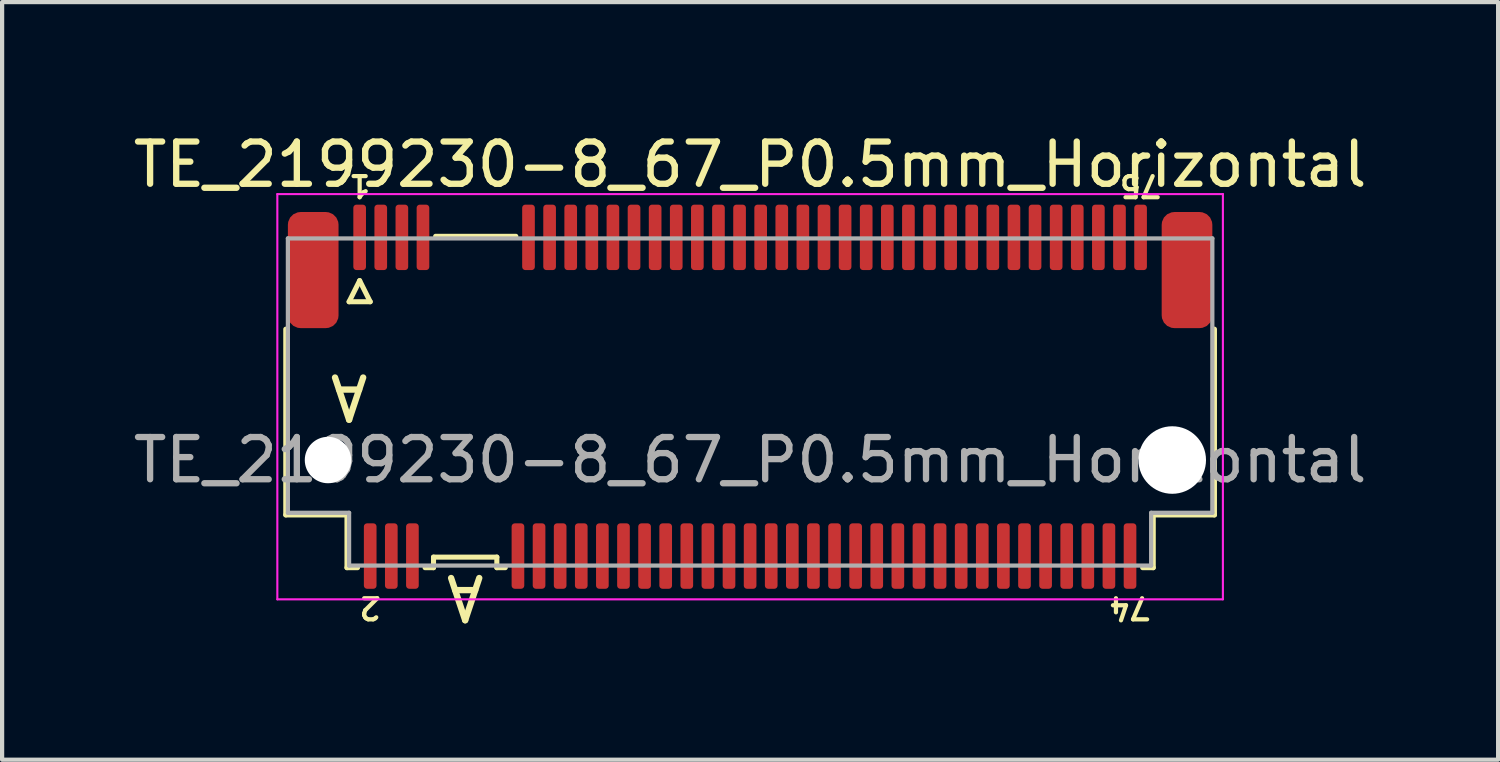
<source format=kicad_pcb>
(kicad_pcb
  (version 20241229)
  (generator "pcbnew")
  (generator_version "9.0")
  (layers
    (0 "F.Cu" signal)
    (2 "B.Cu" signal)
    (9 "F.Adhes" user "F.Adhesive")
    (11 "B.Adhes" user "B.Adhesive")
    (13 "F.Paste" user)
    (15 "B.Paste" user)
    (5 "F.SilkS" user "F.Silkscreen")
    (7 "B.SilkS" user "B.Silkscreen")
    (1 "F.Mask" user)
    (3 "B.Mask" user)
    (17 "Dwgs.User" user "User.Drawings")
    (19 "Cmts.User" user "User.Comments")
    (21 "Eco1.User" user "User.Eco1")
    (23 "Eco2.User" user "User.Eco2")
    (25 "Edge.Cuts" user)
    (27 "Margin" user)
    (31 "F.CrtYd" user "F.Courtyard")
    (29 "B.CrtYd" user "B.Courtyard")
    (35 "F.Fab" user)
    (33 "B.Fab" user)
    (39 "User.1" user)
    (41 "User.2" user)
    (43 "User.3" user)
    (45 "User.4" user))
  (footprint "TE_2199230-8_67_P0.5mm_Horizontal"
    (layer "F.Cu")
    (at 14.72 7.848)
    (property "Reference" "TE_2199230-8_67_P0.5mm_Horizontal" (at 0 -7 0) (unlocked yes) (layer "F.SilkS") (effects (font (size 1 1) (thickness 0.15))))
    (attr smd)
    (fp_line (start -11 -3.1) (end -11 1.3) (stroke (width 0.12) (type solid)) (layer "F.SilkS"))
    (fp_line (start -11 1.3) (end -9.55 1.3) (stroke (width 0.12) (type solid)) (layer "F.SilkS"))
    (fp_line (start -9.55 1.3) (end -9.55 2.55) (stroke (width 0.12) (type solid)) (layer "F.SilkS"))
    (fp_line (start -9.55 2.55) (end -9.3 2.55) (stroke (width 0.12) (type solid)) (layer "F.SilkS"))
    (fp_line (start -9.5 -3.75) (end -9 -3.75) (stroke (width 0.12) (type solid)) (layer "F.SilkS"))
    (fp_line (start -9.25 -4.25) (end -9.5 -3.75) (stroke (width 0.12) (type solid)) (layer "F.SilkS"))
    (fp_line (start -9 -3.75) (end -9.25 -4.25) (stroke (width 0.12) (type solid)) (layer "F.SilkS"))
    (fp_line (start -7.7 2.55) (end -7.5 2.55) (stroke (width 0.12) (type solid)) (layer "F.SilkS"))
    (fp_line (start -7.5 2.3) (end -6 2.3) (stroke (width 0.12) (type solid)) (layer "F.SilkS"))
    (fp_line (start -7.5 2.55) (end -7.5 2.3) (stroke (width 0.12) (type solid)) (layer "F.SilkS"))
    (fp_line (start -7.45 -5.3) (end -5.55 -5.3) (stroke (width 0.12) (type solid)) (layer "F.SilkS"))
    (fp_line (start -6 2.3) (end -6 2.55) (stroke (width 0.12) (type solid)) (layer "F.SilkS"))
    (fp_line (start -6 2.55) (end -5.8 2.55) (stroke (width 0.12) (type solid)) (layer "F.SilkS"))
    (fp_line (start 9.3 2.55) (end 9.55 2.55) (stroke (width 0.12) (type solid)) (layer "F.SilkS"))
    (fp_line (start 9.55 1.3) (end 9.55 2.55) (stroke (width 0.12) (type solid)) (layer "F.SilkS"))
    (fp_line (start 9.55 1.3) (end 11 1.3) (stroke (width 0.12) (type solid)) (layer "F.SilkS"))
    (fp_line (start 11 -3.1) (end 11 1.3) (stroke (width 0.12) (type solid)) (layer "F.SilkS"))
    (fp_line (start -11.2 -6.3) (end 11.2 -6.3) (stroke (width 0.05) (type solid)) (layer "F.CrtYd"))
    (fp_line (start -11.2 3.3) (end -11.2 -6.3) (stroke (width 0.05) (type solid)) (layer "F.CrtYd"))
    (fp_line (start 11.2 -6.3) (end 11.2 3.3) (stroke (width 0.05) (type solid)) (layer "F.CrtYd"))
    (fp_line (start 11.2 3.3) (end -11.2 3.3) (stroke (width 0.05) (type solid)) (layer "F.CrtYd"))
    (fp_line (start -10.95 -5.25) (end 10.95 -5.25) (stroke (width 0.1) (type solid)) (layer "F.Fab"))
    (fp_line (start -10.95 1.25) (end -10.95 -5.25) (stroke (width 0.1) (type solid)) (layer "F.Fab"))
    (fp_line (start -9.5 1.25) (end -10.95 1.25) (stroke (width 0.1) (type solid)) (layer "F.Fab"))
    (fp_line (start -9.5 2.5) (end -9.5 1.25) (stroke (width 0.1) (type solid)) (layer "F.Fab"))
    (fp_line (start 9.5 1.25) (end 9.5 2.5) (stroke (width 0.1) (type solid)) (layer "F.Fab"))
    (fp_line (start 9.5 2.5) (end -9.5 2.5) (stroke (width 0.1) (type solid)) (layer "F.Fab"))
    (fp_line (start 10.95 -5.25) (end 10.95 1.25) (stroke (width 0.1) (type solid)) (layer "F.Fab"))
    (fp_line (start 10.95 1.25) (end 9.5 1.25) (stroke (width 0.1) (type solid)) (layer "F.Fab"))
    (fp_text user "1" (at -9.25 -6.5 180) (unlocked yes) (layer "F.SilkS") (effects (font (size 0.5 0.5) (thickness 0.1))))
    (fp_text user "75" (at 9.25 -6.5 180) (unlocked yes) (layer "F.SilkS") (effects (font (size 0.5 0.5) (thickness 0.1))))
    (fp_text user "74" (at 9 3.5 180) (unlocked yes) (layer "F.SilkS") (effects (font (size 0.5 0.5) (thickness 0.1))))
    (fp_text user "A" (at -6.75 3.25 180) (unlocked yes) (layer "F.SilkS") (effects (font (size 1 1) (thickness 0.15))))
    (fp_text user "2" (at -9 3.5 180) (unlocked yes) (layer "F.SilkS") (effects (font (size 0.5 0.5) (thickness 0.1))))
    (fp_text user "A" (at -9.5 -1.5 180) (unlocked yes) (layer "F.SilkS") (effects (font (size 1 1) (thickness 0.15))))
    (fp_text user "${REFERENCE}" (at 0 0 0) (unlocked yes) (layer "F.Fab") (effects (font (size 1 1) (thickness 0.15))))
    (pad "" np_thru_hole circle (at -10 0) (size 1.1 1.1) (drill 1.1) (layers "*.Cu" "*.Mask"))
    (pad "" np_thru_hole circle (at 10 0) (size 1.6 1.6) (drill 1.6) (layers "*.Cu" "*.Mask"))
    (pad "1" smd roundrect (at -9.25 -5.275) (size 0.3 1.55) (layers "F.Cu" "F.Mask" "F.Paste") (roundrect_rratio 0.25))
    (pad "2" smd roundrect (at -9 2.275) (size 0.3 1.55) (layers "F.Cu" "F.Mask" "F.Paste") (roundrect_rratio 0.25))
    (pad "3" smd roundrect (at -8.75 -5.275) (size 0.3 1.55) (layers "F.Cu" "F.Mask" "F.Paste") (roundrect_rratio 0.25))
    (pad "4" smd roundrect (at -8.5 2.275) (size 0.3 1.55) (layers "F.Cu" "F.Mask" "F.Paste") (roundrect_rratio 0.25))
    (pad "5" smd roundrect (at -8.25 -5.275) (size 0.3 1.55) (layers "F.Cu" "F.Mask" "F.Paste") (roundrect_rratio 0.25))
    (pad "6" smd roundrect (at -8 2.275) (size 0.3 1.55) (layers "F.Cu" "F.Mask" "F.Paste") (roundrect_rratio 0.25))
    (pad "7" smd roundrect (at -7.75 -5.275) (size 0.3 1.55) (layers "F.Cu" "F.Mask" "F.Paste") (roundrect_rratio 0.25))
    (pad "16" smd roundrect (at -5.5 2.275) (size 0.3 1.55) (layers "F.Cu" "F.Mask" "F.Paste") (roundrect_rratio 0.25))
    (pad "17" smd roundrect (at -5.25 -5.275) (size 0.3 1.55) (layers "F.Cu" "F.Mask" "F.Paste") (roundrect_rratio 0.25))
    (pad "18" smd roundrect (at -5 2.275) (size 0.3 1.55) (layers "F.Cu" "F.Mask" "F.Paste") (roundrect_rratio 0.25))
    (pad "19" smd roundrect (at -4.75 -5.275) (size 0.3 1.55) (layers "F.Cu" "F.Mask" "F.Paste") (roundrect_rratio 0.25))
    (pad "20" smd roundrect (at -4.5 2.275) (size 0.3 1.55) (layers "F.Cu" "F.Mask" "F.Paste") (roundrect_rratio 0.25))
    (pad "21" smd roundrect (at -4.25 -5.275) (size 0.3 1.55) (layers "F.Cu" "F.Mask" "F.Paste") (roundrect_rratio 0.25))
    (pad "22" smd roundrect (at -4 2.275) (size 0.3 1.55) (layers "F.Cu" "F.Mask" "F.Paste") (roundrect_rratio 0.25))
    (pad "23" smd roundrect (at -3.75 -5.275) (size 0.3 1.55) (layers "F.Cu" "F.Mask" "F.Paste") (roundrect_rratio 0.25))
    (pad "24" smd roundrect (at -3.5 2.275) (size 0.3 1.55) (layers "F.Cu" "F.Mask" "F.Paste") (roundrect_rratio 0.25))
    (pad "25" smd roundrect (at -3.25 -5.275) (size 0.3 1.55) (layers "F.Cu" "F.Mask" "F.Paste") (roundrect_rratio 0.25))
    (pad "26" smd roundrect (at -3 2.275) (size 0.3 1.55) (layers "F.Cu" "F.Mask" "F.Paste") (roundrect_rratio 0.25))
    (pad "27" smd roundrect (at -2.75 -5.275) (size 0.3 1.55) (layers "F.Cu" "F.Mask" "F.Paste") (roundrect_rratio 0.25))
    (pad "28" smd roundrect (at -2.5 2.275) (size 0.3 1.55) (layers "F.Cu" "F.Mask" "F.Paste") (roundrect_rratio 0.25))
    (pad "29" smd roundrect (at -2.25 -5.275) (size 0.3 1.55) (layers "F.Cu" "F.Mask" "F.Paste") (roundrect_rratio 0.25))
    (pad "30" smd roundrect (at -2 2.275) (size 0.3 1.55) (layers "F.Cu" "F.Mask" "F.Paste") (roundrect_rratio 0.25))
    (pad "31" smd roundrect (at -1.75 -5.275) (size 0.3 1.55) (layers "F.Cu" "F.Mask" "F.Paste") (roundrect_rratio 0.25))
    (pad "32" smd roundrect (at -1.5 2.275) (size 0.3 1.55) (layers "F.Cu" "F.Mask" "F.Paste") (roundrect_rratio 0.25))
    (pad "33" smd roundrect (at -1.25 -5.275) (size 0.3 1.55) (layers "F.Cu" "F.Mask" "F.Paste") (roundrect_rratio 0.25))
    (pad "34" smd roundrect (at -1 2.275) (size 0.3 1.55) (layers "F.Cu" "F.Mask" "F.Paste") (roundrect_rratio 0.25))
    (pad "35" smd roundrect (at -0.75 -5.275) (size 0.3 1.55) (layers "F.Cu" "F.Mask" "F.Paste") (roundrect_rratio 0.25))
    (pad "36" smd roundrect (at -0.5 2.275) (size 0.3 1.55) (layers "F.Cu" "F.Mask" "F.Paste") (roundrect_rratio 0.25))
    (pad "37" smd roundrect (at -0.25 -5.275) (size 0.3 1.55) (layers "F.Cu" "F.Mask" "F.Paste") (roundrect_rratio 0.25))
    (pad "38" smd roundrect (at 0 2.275) (size 0.3 1.55) (layers "F.Cu" "F.Mask" "F.Paste") (roundrect_rratio 0.25))
    (pad "39" smd roundrect (at 0.25 -5.275) (size 0.3 1.55) (layers "F.Cu" "F.Mask" "F.Paste") (roundrect_rratio 0.25))
    (pad "40" smd roundrect (at 0.5 2.275) (size 0.3 1.55) (layers "F.Cu" "F.Mask" "F.Paste") (roundrect_rratio 0.25))
    (pad "41" smd roundrect (at 0.75 -5.275) (size 0.3 1.55) (layers "F.Cu" "F.Mask" "F.Paste") (roundrect_rratio 0.25))
    (pad "42" smd roundrect (at 1 2.275) (size 0.3 1.55) (layers "F.Cu" "F.Mask" "F.Paste") (roundrect_rratio 0.25))
    (pad "43" smd roundrect (at 1.25 -5.275) (size 0.3 1.55) (layers "F.Cu" "F.Mask" "F.Paste") (roundrect_rratio 0.25))
    (pad "44" smd roundrect (at 1.5 2.275) (size 0.3 1.55) (layers "F.Cu" "F.Mask" "F.Paste") (roundrect_rratio 0.25))
    (pad "45" smd roundrect (at 1.75 -5.275) (size 0.3 1.55) (layers "F.Cu" "F.Mask" "F.Paste") (roundrect_rratio 0.25))
    (pad "46" smd roundrect (at 2 2.275) (size 0.3 1.55) (layers "F.Cu" "F.Mask" "F.Paste") (roundrect_rratio 0.25))
    (pad "47" smd roundrect (at 2.25 -5.275) (size 0.3 1.55) (layers "F.Cu" "F.Mask" "F.Paste") (roundrect_rratio 0.25))
    (pad "48" smd roundrect (at 2.5 2.275) (size 0.3 1.55) (layers "F.Cu" "F.Mask" "F.Paste") (roundrect_rratio 0.25))
    (pad "49" smd roundrect (at 2.75 -5.275) (size 0.3 1.55) (layers "F.Cu" "F.Mask" "F.Paste") (roundrect_rratio 0.25))
    (pad "50" smd roundrect (at 3 2.275) (size 0.3 1.55) (layers "F.Cu" "F.Mask" "F.Paste") (roundrect_rratio 0.25))
    (pad "51" smd roundrect (at 3.25 -5.275) (size 0.3 1.55) (layers "F.Cu" "F.Mask" "F.Paste") (roundrect_rratio 0.25))
    (pad "52" smd roundrect (at 3.5 2.275) (size 0.3 1.55) (layers "F.Cu" "F.Mask" "F.Paste") (roundrect_rratio 0.25))
    (pad "53" smd roundrect (at 3.75 -5.275) (size 0.3 1.55) (layers "F.Cu" "F.Mask" "F.Paste") (roundrect_rratio 0.25))
    (pad "54" smd roundrect (at 4 2.275) (size 0.3 1.55) (layers "F.Cu" "F.Mask" "F.Paste") (roundrect_rratio 0.25))
    (pad "55" smd roundrect (at 4.25 -5.275) (size 0.3 1.55) (layers "F.Cu" "F.Mask" "F.Paste") (roundrect_rratio 0.25))
    (pad "56" smd roundrect (at 4.5 2.275) (size 0.3 1.55) (layers "F.Cu" "F.Mask" "F.Paste") (roundrect_rratio 0.25))
    (pad "57" smd roundrect (at 4.75 -5.275) (size 0.3 1.55) (layers "F.Cu" "F.Mask" "F.Paste") (roundrect_rratio 0.25))
    (pad "58" smd roundrect (at 5 2.275) (size 0.3 1.55) (layers "F.Cu" "F.Mask" "F.Paste") (roundrect_rratio 0.25))
    (pad "59" smd roundrect (at 5.25 -5.275) (size 0.3 1.55) (layers "F.Cu" "F.Mask" "F.Paste") (roundrect_rratio 0.25))
    (pad "60" smd roundrect (at 5.5 2.275) (size 0.3 1.55) (layers "F.Cu" "F.Mask" "F.Paste") (roundrect_rratio 0.25))
    (pad "61" smd roundrect (at 5.75 -5.275) (size 0.3 1.55) (layers "F.Cu" "F.Mask" "F.Paste") (roundrect_rratio 0.25))
    (pad "62" smd roundrect (at 6 2.275) (size 0.3 1.55) (layers "F.Cu" "F.Mask" "F.Paste") (roundrect_rratio 0.25))
    (pad "63" smd roundrect (at 6.25 -5.275) (size 0.3 1.55) (layers "F.Cu" "F.Mask" "F.Paste") (roundrect_rratio 0.25))
    (pad "64" smd roundrect (at 6.5 2.275) (size 0.3 1.55) (layers "F.Cu" "F.Mask" "F.Paste") (roundrect_rratio 0.25))
    (pad "65" smd roundrect (at 6.75 -5.275) (size 0.3 1.55) (layers "F.Cu" "F.Mask" "F.Paste") (roundrect_rratio 0.25))
    (pad "66" smd roundrect (at 7 2.275) (size 0.3 1.55) (layers "F.Cu" "F.Mask" "F.Paste") (roundrect_rratio 0.25))
    (pad "67" smd roundrect (at 7.25 -5.275) (size 0.3 1.55) (layers "F.Cu" "F.Mask" "F.Paste") (roundrect_rratio 0.25))
    (pad "68" smd roundrect (at 7.5 2.275) (size 0.3 1.55) (layers "F.Cu" "F.Mask" "F.Paste") (roundrect_rratio 0.25))
    (pad "69" smd roundrect (at 7.75 -5.275) (size 0.3 1.55) (layers "F.Cu" "F.Mask" "F.Paste") (roundrect_rratio 0.25))
    (pad "70" smd roundrect (at 8 2.275) (size 0.3 1.55) (layers "F.Cu" "F.Mask" "F.Paste") (roundrect_rratio 0.25))
    (pad "71" smd roundrect (at 8.25 -5.275) (size 0.3 1.55) (layers "F.Cu" "F.Mask" "F.Paste") (roundrect_rratio 0.25))
    (pad "72" smd roundrect (at 8.5 2.275) (size 0.3 1.55) (layers "F.Cu" "F.Mask" "F.Paste") (roundrect_rratio 0.25))
    (pad "73" smd roundrect (at 8.75 -5.275) (size 0.3 1.55) (layers "F.Cu" "F.Mask" "F.Paste") (roundrect_rratio 0.25))
    (pad "74" smd roundrect (at 9 2.275) (size 0.3 1.55) (layers "F.Cu" "F.Mask" "F.Paste") (roundrect_rratio 0.25))
    (pad "75" smd roundrect (at 9.25 -5.275) (size 0.3 1.55) (layers "F.Cu" "F.Mask" "F.Paste") (roundrect_rratio 0.25))
    (pad "MP" smd roundrect (at -10.35 -4.5) (size 1.2 2.75) (layers "F.Cu" "F.Mask" "F.Paste") (roundrect_rratio 0.25))
    (pad "MP" smd roundrect (at 10.35 -4.5) (size 1.2 2.75) (layers "F.Cu" "F.Mask" "F.Paste") (roundrect_rratio 0.25)))
  (gr_rect
    (start -3 -3)
    (end 32.44 14.947)
    (stroke (width 0.1) (type default))
    (fill no)
    (layer "Edge.Cuts")))
</source>
